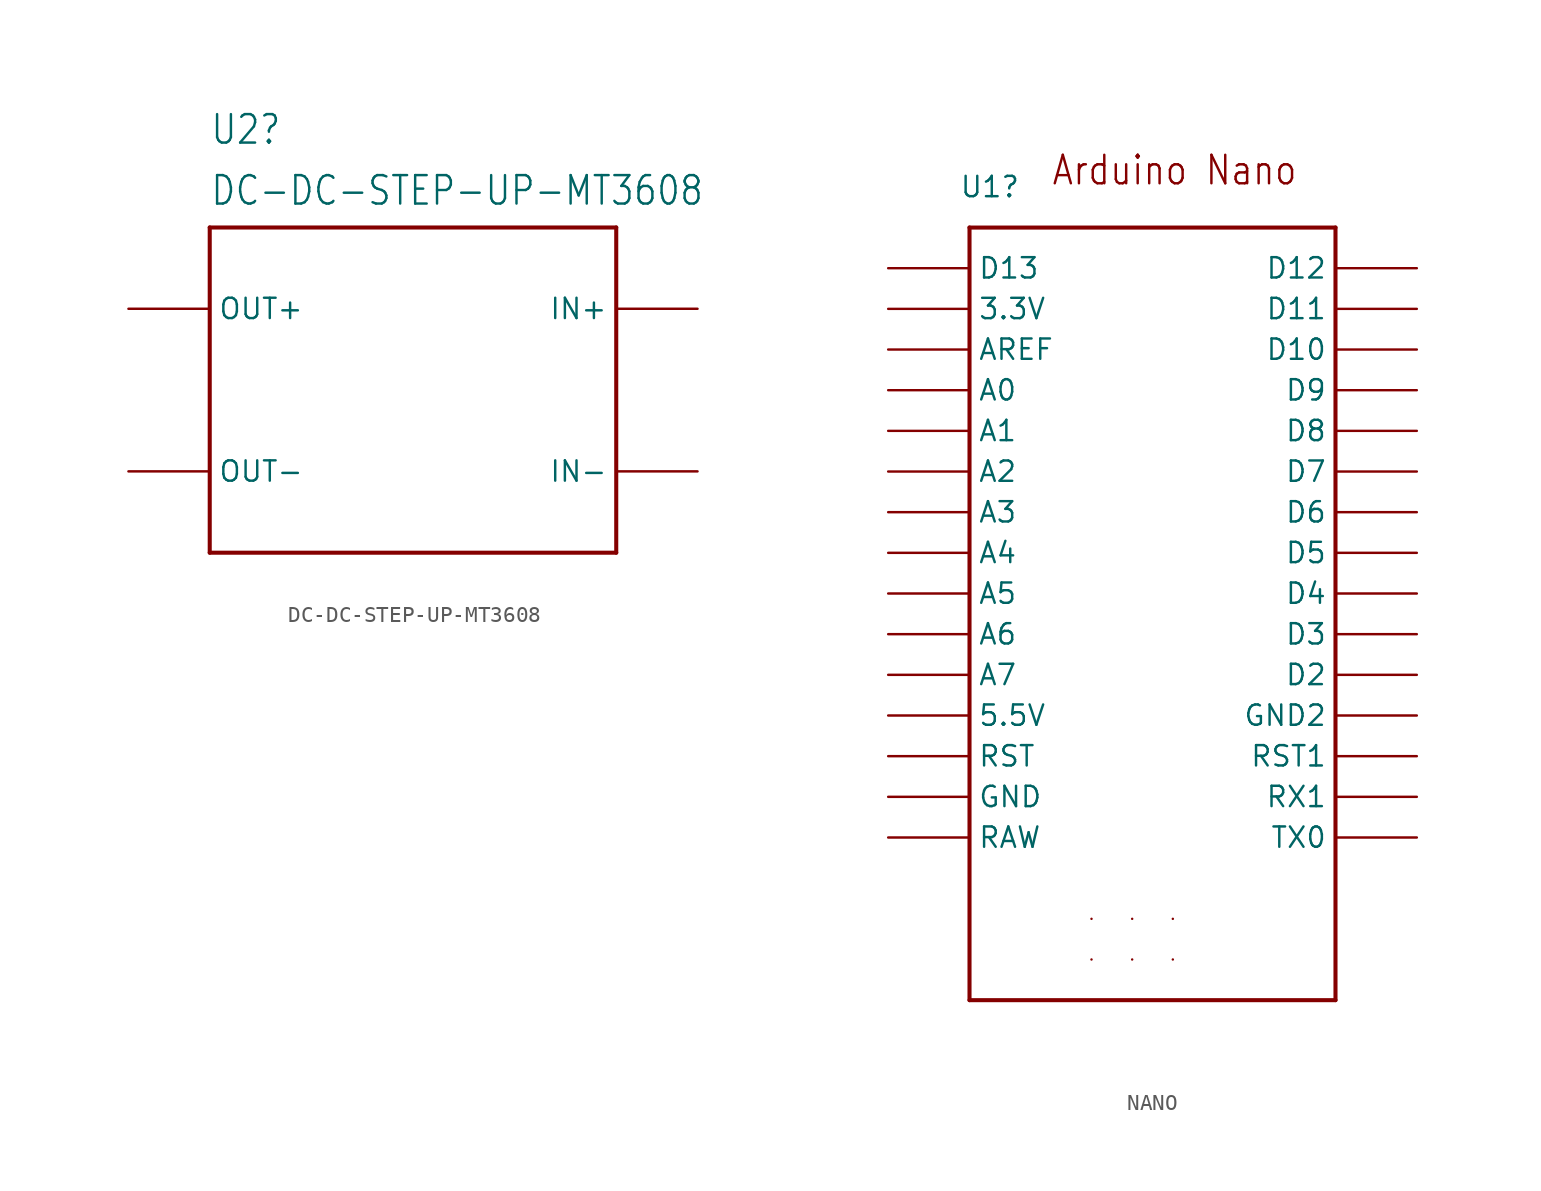
<source format=kicad_sym>
(kicad_symbol_lib
  (version 20220914)
  (generator kicad_symbol_editor)
  (symbol "DC-DC-STEP-UP-MT3608"
    (property "Reference" "U2"
      (at -12.7 15.24 0)
      (effects (font (size 1.778 1.511)) (justify left bottom)))
    (property "Value" "DC-DC-STEP-UP-MT3608"
      (at -12.7 11.43 0)
      (effects (font (size 1.778 1.511)) (justify left bottom)))
    (property "ki_locked" ""
      (at 0 0 0)
      (effects (font (size 1.27 1.27))))
    (symbol "DC-DC-STEP-UP-MT3608_1_0"
      (polyline (pts (xy -12.7 -10.16) (xy -12.7 10.16)) (stroke (width 0.254) (type solid)) (fill (type none)))
      (polyline (pts (xy -12.7 10.16) (xy 12.7 10.16)) (stroke (width 0.254) (type solid)) (fill (type none)))
      (polyline (pts (xy 12.7 -10.16) (xy -12.7 -10.16)) (stroke (width 0.254) (type solid)) (fill (type none)))
      (polyline (pts (xy 12.7 10.16) (xy 12.7 -10.16)) (stroke (width 0.254) (type solid)) (fill (type none)))
      (pin power_in line (at 17.78 5.08 180) (length 5.08) (name "IN+" (effects (font (size 1.27 1.27)))) (number "IN+" (effects (font (size 0 0)))))
      (pin power_in line (at 17.78 -5.08 180) (length 5.08) (name "IN-" (effects (font (size 1.27 1.27)))) (number "IN-" (effects (font (size 0 0)))))
      (pin power_out line (at -17.78 5.08 0) (length 5.08) (name "OUT+" (effects (font (size 1.27 1.27)))) (number "OUT+" (effects (font (size 0 0)))))
      (pin power_out line (at -17.78 -5.08 0) (length 5.08) (name "OUT-" (effects (font (size 1.27 1.27)))) (number "OUT-" (effects (font (size 0 0)))))))
  (symbol "NANO"
    (property "Reference" "U1"
      (at -16.51 20.32 0)
      (effects (font (size 1.27 1.27))))
    (property "ki_locked" ""
      (at 0 0 0)
      (effects (font (size 1.27 1.27))))
    (symbol "NANO_1_0"
      (polyline (pts (xy -17.78 -30.48) (xy 5.08 -30.48)) (stroke (width 0.254) (type solid)) (fill (type none)))
      (polyline (pts (xy -17.78 17.78) (xy -17.78 -30.48)) (stroke (width 0.254) (type solid)) (fill (type none)))
      (polyline (pts (xy 5.08 -30.48) (xy 5.08 17.78)) (stroke (width 0.254) (type solid)) (fill (type none)))
      (polyline (pts (xy 5.08 17.78) (xy -17.78 17.78)) (stroke (width 0.254) (type solid)) (fill (type none)))
      (text "Arduino Nano" (at -12.7 20.32 0) (effects (font (size 1.778 1.511)) (justify left bottom)))
      (pin power_out line (at -22.86 12.7 0) (length 5.08) (name "3.3V" (effects (font (size 1.27 1.27)))) (number "3.3V" (effects (font (size 0 0)))))
      (pin power_out line (at -22.86 -12.7 0) (length 5.08) (name "5.5V" (effects (font (size 1.27 1.27)))) (number "5V" (effects (font (size 0 0)))))
      (pin bidirectional line (at -22.86 7.62 0) (length 5.08) (name "A0" (effects (font (size 1.27 1.27)))) (number "A0" (effects (font (size 0 0)))))
      (pin bidirectional line (at -22.86 5.08 0) (length 5.08) (name "A1" (effects (font (size 1.27 1.27)))) (number "A1" (effects (font (size 0 0)))))
      (pin bidirectional line (at -22.86 2.54 0) (length 5.08) (name "A2" (effects (font (size 1.27 1.27)))) (number "A2" (effects (font (size 0 0)))))
      (pin bidirectional line (at -22.86 0 0) (length 5.08) (name "A3" (effects (font (size 1.27 1.27)))) (number "A3" (effects (font (size 0 0)))))
      (pin bidirectional line (at -22.86 -2.54 0) (length 5.08) (name "A4" (effects (font (size 1.27 1.27)))) (number "A4" (effects (font (size 0 0)))))
      (pin bidirectional line (at -22.86 -5.08 0) (length 5.08) (name "A5" (effects (font (size 1.27 1.27)))) (number "A5" (effects (font (size 0 0)))))
      (pin bidirectional line (at -22.86 -7.62 0) (length 5.08) (name "A6" (effects (font (size 1.27 1.27)))) (number "A6" (effects (font (size 0 0)))))
      (pin bidirectional line (at -22.86 -10.16 0) (length 5.08) (name "A7" (effects (font (size 1.27 1.27)))) (number "A7" (effects (font (size 0 0)))))
      (pin bidirectional line (at -22.86 10.16 0) (length 5.08) (name "AREF" (effects (font (size 1.27 1.27)))) (number "AREF" (effects (font (size 0 0)))))
      (pin bidirectional line (at 10.16 10.16 180) (length 5.08) (name "D10" (effects (font (size 1.27 1.27)))) (number "D10" (effects (font (size 0 0)))))
      (pin bidirectional line (at 10.16 12.7 180) (length 5.08) (name "D11" (effects (font (size 1.27 1.27)))) (number "D11" (effects (font (size 0 0)))))
      (pin bidirectional line (at 10.16 15.24 180) (length 5.08) (name "D12" (effects (font (size 1.27 1.27)))) (number "D12" (effects (font (size 0 0)))))
      (pin bidirectional line (at -22.86 15.24 0) (length 5.08) (name "D13" (effects (font (size 1.27 1.27)))) (number "D13" (effects (font (size 0 0)))))
      (pin bidirectional line (at 10.16 -10.16 180) (length 5.08) (name "D2" (effects (font (size 1.27 1.27)))) (number "D2" (effects (font (size 0 0)))))
      (pin bidirectional line (at 10.16 -7.62 180) (length 5.08) (name "D3" (effects (font (size 1.27 1.27)))) (number "D3" (effects (font (size 0 0)))))
      (pin bidirectional line (at 10.16 -5.08 180) (length 5.08) (name "D4" (effects (font (size 1.27 1.27)))) (number "D4" (effects (font (size 0 0)))))
      (pin bidirectional line (at 10.16 -2.54 180) (length 5.08) (name "D5" (effects (font (size 1.27 1.27)))) (number "D5" (effects (font (size 0 0)))))
      (pin bidirectional line (at 10.16 0 180) (length 5.08) (name "D6" (effects (font (size 1.27 1.27)))) (number "D6" (effects (font (size 0 0)))))
      (pin bidirectional line (at 10.16 2.54 180) (length 5.08) (name "D7" (effects (font (size 1.27 1.27)))) (number "D7" (effects (font (size 0 0)))))
      (pin bidirectional line (at 10.16 5.08 180) (length 5.08) (name "D8" (effects (font (size 1.27 1.27)))) (number "D8" (effects (font (size 0 0)))))
      (pin bidirectional line (at 10.16 7.62 180) (length 5.08) (name "D9" (effects (font (size 1.27 1.27)))) (number "D9" (effects (font (size 0 0)))))
      (pin power_in line (at -22.86 -17.78 0) (length 5.08) (name "GND" (effects (font (size 1.27 1.27)))) (number "GND" (effects (font (size 0 0)))))
      (pin power_in line (at 10.16 -12.7 180) (length 5.08) (name "GND2" (effects (font (size 1.27 1.27)))) (number "GND1" (effects (font (size 0 0)))))
      (pin bidirectional line (at -10.16 -27.94 270) (length 0) (name "ICSP1" (effects (font (size 0 0)))) (number "ICSP1" (effects (font (size 0 0)))))
      (pin bidirectional line (at -10.16 -25.4 270) (length 0) (name "ICSP2" (effects (font (size 0 0)))) (number "ICSP2" (effects (font (size 0 0)))))
      (pin bidirectional line (at -7.62 -27.94 270) (length 0) (name "ICSP3" (effects (font (size 0 0)))) (number "ICSP3" (effects (font (size 0 0)))))
      (pin bidirectional line (at -7.62 -25.4 270) (length 0) (name "ICSP4" (effects (font (size 0 0)))) (number "ICSP4" (effects (font (size 0 0)))))
      (pin bidirectional line (at -5.08 -27.94 270) (length 0) (name "ICSP5" (effects (font (size 0 0)))) (number "ICSP5" (effects (font (size 0 0)))))
      (pin bidirectional line (at -5.08 -25.4 270) (length 0) (name "ICSP6" (effects (font (size 0 0)))) (number "ICSP6" (effects (font (size 0 0)))))
      (pin bidirectional line (at -22.86 -20.32 0) (length 5.08) (name "RAW" (effects (font (size 1.27 1.27)))) (number "RAW" (effects (font (size 0 0)))))
      (pin bidirectional line (at -22.86 -15.24 0) (length 5.08) (name "RST" (effects (font (size 1.27 1.27)))) (number "RST" (effects (font (size 0 0)))))
      (pin bidirectional line (at 10.16 -15.24 180) (length 5.08) (name "RST1" (effects (font (size 1.27 1.27)))) (number "RST1" (effects (font (size 0 0)))))
      (pin bidirectional line (at 10.16 -17.78 180) (length 5.08) (name "RX1" (effects (font (size 1.27 1.27)))) (number "RX1" (effects (font (size 0 0)))))
      (pin bidirectional line (at 10.16 -20.32 180) (length 5.08) (name "TX0" (effects (font (size 1.27 1.27)))) (number "TX0" (effects (font (size 0 0))))))))
</source>
